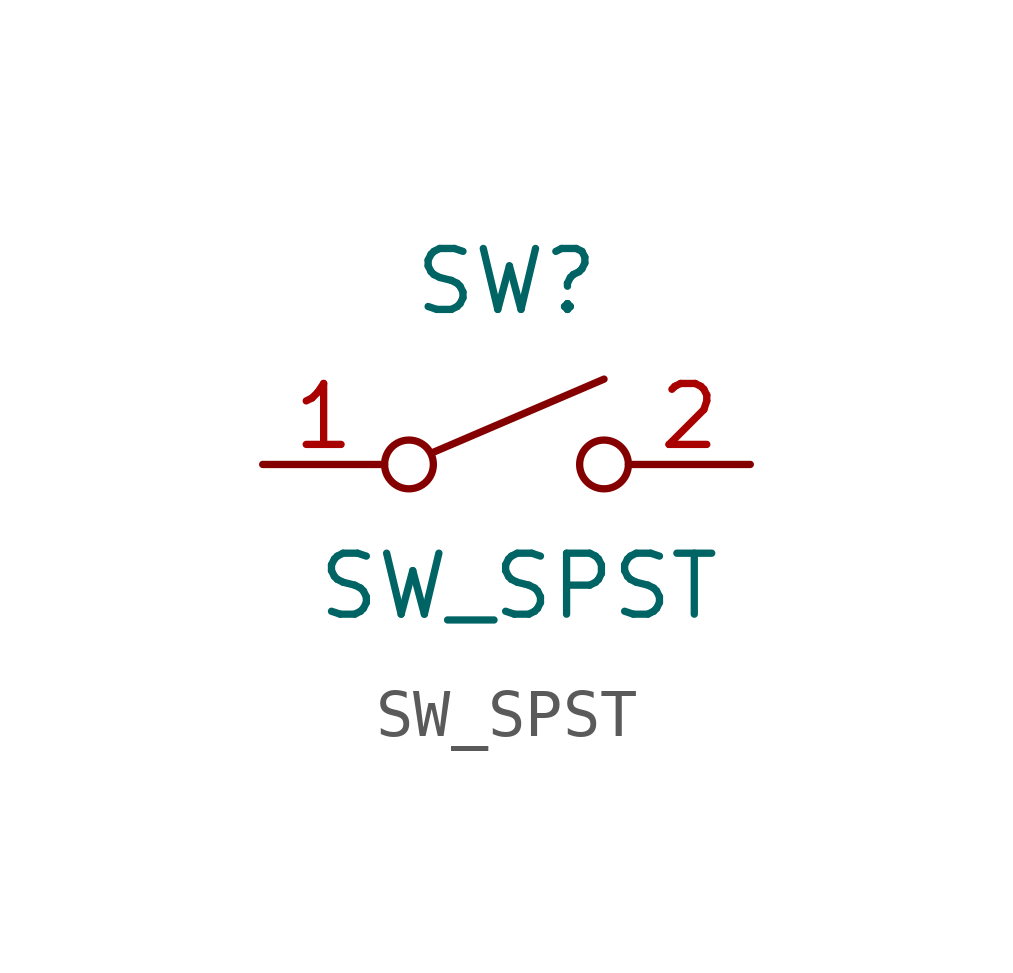
<source format=kicad_sym>
(kicad_symbol_lib
  (version 20231120)
  (generator "kicad_symbol_editor")
  (generator_version "8.0")
  (symbol "SW_SPST"
    (pin_names
      (offset 1.016) hide)
    (property "Reference" "SW"
      (at 0 6.35 0)
      (effects (font (size 1.27 1.27))))
    (property "Value" "SW_SPST"
      (at 0.254 0 0)
      (effects (font (size 1.27 1.27))))
    (symbol "SW_SPST_0_1"
      (circle (center -2.032 2.54) (radius 0.508) (stroke (width 0) (type default)) (fill (type none)))
      (polyline (pts (xy -1.524 2.794) (xy 2.032 4.318)) (stroke (width 0) (type default)) (fill (type none)))
      (circle (center 2.032 2.54) (radius 0.508) (stroke (width 0) (type default)) (fill (type none)))
      (pin passive line (at -5.08 2.54 0) (length 2.54) (name "1" (effects (font (size 1.27 1.27)))) (number "1" (effects (font (size 1.27 1.27)))))
      (pin passive line (at 5.08 2.54 180) (length 2.54) (name "2" (effects (font (size 1.27 1.27)))) (number "2" (effects (font (size 1.27 1.27))))))))
</source>
